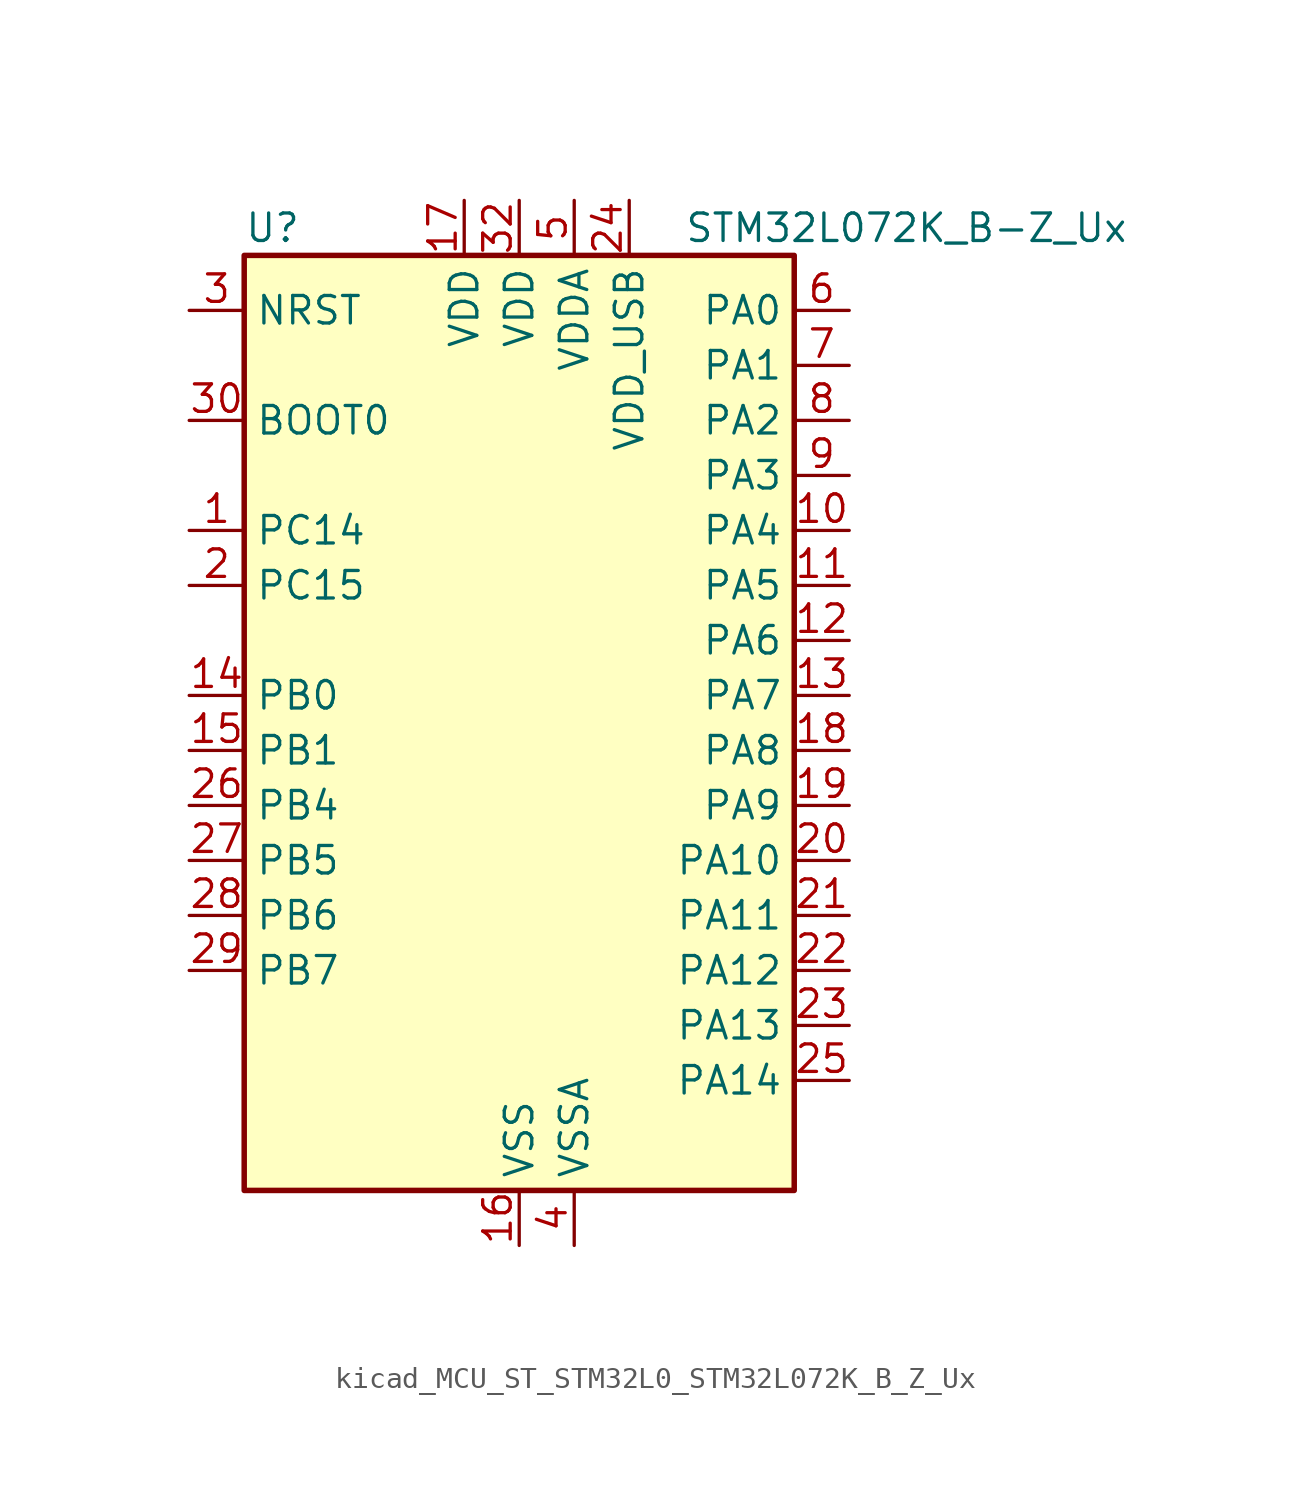
<source format=kicad_sym>
(kicad_symbol_lib
  (version 20220914)
  (generator kicad_symbol_editor)
  (symbol "kicad_MCU_ST_STM32L0_STM32L072K_B_Z_Ux"
    (property "Reference" "U"
      (at -12.7 24.13 0)
      (effects (font (size 1.27 1.27)) (justify left)))
    (property "Value" "STM32L072K_B-Z_Ux"
      (at 7.62 24.13 0)
      (effects (font (size 1.27 1.27)) (justify left)))
    (property "ki_locked" ""
      (at 0 0 0)
      (effects (font (size 1.27 1.27))))
    (symbol "kicad_MCU_ST_STM32L0_STM32L072K_B_Z_Ux_0_1"
      (rectangle (start -12.7 -20.32) (end 12.7 22.86) (stroke (width 0.254) (type default)) (fill (type background))))
    (symbol "kicad_MCU_ST_STM32L0_STM32L072K_B_Z_Ux_1_1"
      (pin bidirectional line (at -15.24 10.16 0) (length 2.54) (name "PC14" (effects (font (size 1.27 1.27)))) (number "1" (effects (font (size 1.27 1.27)))) (alternate "RCC_OSC32_IN" bidirectional line))
      (pin bidirectional line (at 15.24 10.16 180) (length 2.54) (name "PA4" (effects (font (size 1.27 1.27)))) (number "10" (effects (font (size 1.27 1.27)))) (alternate "ADC_IN4" bidirectional line) (alternate "COMP1_INM" bidirectional line) (alternate "COMP2_INM" bidirectional line) (alternate "DAC_OUT1" bidirectional line) (alternate "SPI1_NSS" bidirectional line) (alternate "TIM22_ETR" bidirectional line) (alternate "TSC_G2_IO1" bidirectional line) (alternate "USART2_CK" bidirectional line))
      (pin bidirectional line (at 15.24 7.62 180) (length 2.54) (name "PA5" (effects (font (size 1.27 1.27)))) (number "11" (effects (font (size 1.27 1.27)))) (alternate "ADC_IN5" bidirectional line) (alternate "COMP1_INM" bidirectional line) (alternate "COMP2_INM" bidirectional line) (alternate "DAC_OUT2" bidirectional line) (alternate "SPI1_SCK" bidirectional line) (alternate "TIM2_CH1" bidirectional line) (alternate "TIM2_ETR" bidirectional line) (alternate "TSC_G2_IO2" bidirectional line))
      (pin bidirectional line (at 15.24 5.08 180) (length 2.54) (name "PA6" (effects (font (size 1.27 1.27)))) (number "12" (effects (font (size 1.27 1.27)))) (alternate "ADC_IN6" bidirectional line) (alternate "COMP1_OUT" bidirectional line) (alternate "LPUART1_CTS" bidirectional line) (alternate "SPI1_MISO" bidirectional line) (alternate "TIM22_CH1" bidirectional line) (alternate "TIM3_CH1" bidirectional line) (alternate "TSC_G2_IO3" bidirectional line))
      (pin bidirectional line (at 15.24 2.54 180) (length 2.54) (name "PA7" (effects (font (size 1.27 1.27)))) (number "13" (effects (font (size 1.27 1.27)))) (alternate "ADC_IN7" bidirectional line) (alternate "COMP2_OUT" bidirectional line) (alternate "SPI1_MOSI" bidirectional line) (alternate "TIM22_CH2" bidirectional line) (alternate "TIM3_CH2" bidirectional line) (alternate "TSC_G2_IO4" bidirectional line))
      (pin bidirectional line (at -15.24 2.54 0) (length 2.54) (name "PB0" (effects (font (size 1.27 1.27)))) (number "14" (effects (font (size 1.27 1.27)))) (alternate "ADC_IN8" bidirectional line) (alternate "SYS_VREF_OUT_PB0" bidirectional line) (alternate "TIM3_CH3" bidirectional line) (alternate "TSC_G3_IO2" bidirectional line))
      (pin bidirectional line (at -15.24 0 0) (length 2.54) (name "PB1" (effects (font (size 1.27 1.27)))) (number "15" (effects (font (size 1.27 1.27)))) (alternate "ADC_IN9" bidirectional line) (alternate "LPUART1_DE" bidirectional line) (alternate "LPUART1_RTS" bidirectional line) (alternate "SYS_VREF_OUT_PB1" bidirectional line) (alternate "TIM3_CH4" bidirectional line) (alternate "TSC_G3_IO3" bidirectional line))
      (pin power_in line (at 0 -22.86 90) (length 2.54) (name "VSS" (effects (font (size 1.27 1.27)))) (number "16" (effects (font (size 1.27 1.27)))))
      (pin power_in line (at -2.54 25.4 270) (length 2.54) (name "VDD" (effects (font (size 1.27 1.27)))) (number "17" (effects (font (size 1.27 1.27)))))
      (pin bidirectional line (at 15.24 0 180) (length 2.54) (name "PA8" (effects (font (size 1.27 1.27)))) (number "18" (effects (font (size 1.27 1.27)))) (alternate "CRS_SYNC" bidirectional line) (alternate "I2C3_SCL" bidirectional line) (alternate "RCC_MCO" bidirectional line) (alternate "USART1_CK" bidirectional line))
      (pin bidirectional line (at 15.24 -2.54 180) (length 2.54) (name "PA9" (effects (font (size 1.27 1.27)))) (number "19" (effects (font (size 1.27 1.27)))) (alternate "DAC_EXTI9" bidirectional line) (alternate "I2C1_SCL" bidirectional line) (alternate "I2C3_SMBA" bidirectional line) (alternate "RCC_MCO" bidirectional line) (alternate "TSC_G4_IO1" bidirectional line) (alternate "USART1_TX" bidirectional line))
      (pin bidirectional line (at -15.24 7.62 0) (length 2.54) (name "PC15" (effects (font (size 1.27 1.27)))) (number "2" (effects (font (size 1.27 1.27)))) (alternate "RCC_OSC32_OUT" bidirectional line))
      (pin bidirectional line (at 15.24 -5.08 180) (length 2.54) (name "PA10" (effects (font (size 1.27 1.27)))) (number "20" (effects (font (size 1.27 1.27)))) (alternate "I2C1_SDA" bidirectional line) (alternate "TSC_G4_IO2" bidirectional line) (alternate "USART1_RX" bidirectional line))
      (pin bidirectional line (at 15.24 -7.62 180) (length 2.54) (name "PA11" (effects (font (size 1.27 1.27)))) (number "21" (effects (font (size 1.27 1.27)))) (alternate "ADC_EXTI11" bidirectional line) (alternate "COMP1_OUT" bidirectional line) (alternate "SPI1_MISO" bidirectional line) (alternate "TSC_G4_IO3" bidirectional line) (alternate "USART1_CTS" bidirectional line) (alternate "USB_DM" bidirectional line))
      (pin bidirectional line (at 15.24 -10.16 180) (length 2.54) (name "PA12" (effects (font (size 1.27 1.27)))) (number "22" (effects (font (size 1.27 1.27)))) (alternate "COMP2_OUT" bidirectional line) (alternate "SPI1_MOSI" bidirectional line) (alternate "TSC_G4_IO4" bidirectional line) (alternate "USART1_DE" bidirectional line) (alternate "USART1_RTS" bidirectional line) (alternate "USB_DP" bidirectional line))
      (pin bidirectional line (at 15.24 -12.7 180) (length 2.54) (name "PA13" (effects (font (size 1.27 1.27)))) (number "23" (effects (font (size 1.27 1.27)))) (alternate "LPUART1_RX" bidirectional line) (alternate "SYS_SWDIO" bidirectional line) (alternate "USB_NOE" bidirectional line))
      (pin power_in line (at 5.08 25.4 270) (length 2.54) (name "VDD_USB" (effects (font (size 1.27 1.27)))) (number "24" (effects (font (size 1.27 1.27)))))
      (pin bidirectional line (at 15.24 -15.24 180) (length 2.54) (name "PA14" (effects (font (size 1.27 1.27)))) (number "25" (effects (font (size 1.27 1.27)))) (alternate "LPUART1_TX" bidirectional line) (alternate "SYS_SWCLK" bidirectional line) (alternate "USART2_TX" bidirectional line))
      (pin bidirectional line (at -15.24 -2.54 0) (length 2.54) (name "PB4" (effects (font (size 1.27 1.27)))) (number "26" (effects (font (size 1.27 1.27)))) (alternate "COMP2_INP" bidirectional line) (alternate "I2C3_SDA" bidirectional line) (alternate "SPI1_MISO" bidirectional line) (alternate "TIM22_CH1" bidirectional line) (alternate "TIM3_CH1" bidirectional line) (alternate "TSC_G5_IO2" bidirectional line) (alternate "USART1_CTS" bidirectional line))
      (pin bidirectional line (at -15.24 -5.08 0) (length 2.54) (name "PB5" (effects (font (size 1.27 1.27)))) (number "27" (effects (font (size 1.27 1.27)))) (alternate "COMP2_INP" bidirectional line) (alternate "I2C1_SMBA" bidirectional line) (alternate "LPTIM1_IN1" bidirectional line) (alternate "SPI1_MOSI" bidirectional line) (alternate "TIM22_CH2" bidirectional line) (alternate "TIM3_CH2" bidirectional line) (alternate "USART1_CK" bidirectional line))
      (pin bidirectional line (at -15.24 -7.62 0) (length 2.54) (name "PB6" (effects (font (size 1.27 1.27)))) (number "28" (effects (font (size 1.27 1.27)))) (alternate "COMP2_INP" bidirectional line) (alternate "I2C1_SCL" bidirectional line) (alternate "LPTIM1_ETR" bidirectional line) (alternate "TSC_G5_IO3" bidirectional line) (alternate "USART1_TX" bidirectional line))
      (pin bidirectional line (at -15.24 -10.16 0) (length 2.54) (name "PB7" (effects (font (size 1.27 1.27)))) (number "29" (effects (font (size 1.27 1.27)))) (alternate "COMP2_INP" bidirectional line) (alternate "I2C1_SDA" bidirectional line) (alternate "LPTIM1_IN2" bidirectional line) (alternate "SYS_PVD_IN" bidirectional line) (alternate "TSC_G5_IO4" bidirectional line) (alternate "USART1_RX" bidirectional line) (alternate "USART4_CTS" bidirectional line))
      (pin input line (at -15.24 20.32 0) (length 2.54) (name "NRST" (effects (font (size 1.27 1.27)))) (number "3" (effects (font (size 1.27 1.27)))))
      (pin input line (at -15.24 15.24 0) (length 2.54) (name "BOOT0" (effects (font (size 1.27 1.27)))) (number "30" (effects (font (size 1.27 1.27)))))
      (pin passive line (at 0 -22.86 90) (length 2.54) hide (name "VSS" (effects (font (size 1.27 1.27)))) (number "31" (effects (font (size 1.27 1.27)))))
      (pin power_in line (at 0 25.4 270) (length 2.54) (name "VDD" (effects (font (size 1.27 1.27)))) (number "32" (effects (font (size 1.27 1.27)))))
      (pin passive line (at 0 -22.86 90) (length 2.54) hide (name "VSS" (effects (font (size 1.27 1.27)))) (number "33" (effects (font (size 1.27 1.27)))))
      (pin power_in line (at 2.54 -22.86 90) (length 2.54) (name "VSSA" (effects (font (size 1.27 1.27)))) (number "4" (effects (font (size 1.27 1.27)))))
      (pin power_in line (at 2.54 25.4 270) (length 2.54) (name "VDDA" (effects (font (size 1.27 1.27)))) (number "5" (effects (font (size 1.27 1.27)))))
      (pin bidirectional line (at 15.24 20.32 180) (length 2.54) (name "PA0" (effects (font (size 1.27 1.27)))) (number "6" (effects (font (size 1.27 1.27)))) (alternate "ADC_IN0" bidirectional line) (alternate "COMP1_INM" bidirectional line) (alternate "COMP1_OUT" bidirectional line) (alternate "RTC_TAMP2" bidirectional line) (alternate "SYS_WKUP1" bidirectional line) (alternate "TIM2_CH1" bidirectional line) (alternate "TIM2_ETR" bidirectional line) (alternate "TSC_G1_IO1" bidirectional line) (alternate "USART2_CTS" bidirectional line) (alternate "USART4_TX" bidirectional line))
      (pin bidirectional line (at 15.24 17.78 180) (length 2.54) (name "PA1" (effects (font (size 1.27 1.27)))) (number "7" (effects (font (size 1.27 1.27)))) (alternate "ADC_IN1" bidirectional line) (alternate "COMP1_INP" bidirectional line) (alternate "TIM21_ETR" bidirectional line) (alternate "TIM2_CH2" bidirectional line) (alternate "TSC_G1_IO2" bidirectional line) (alternate "USART2_DE" bidirectional line) (alternate "USART2_RTS" bidirectional line) (alternate "USART4_RX" bidirectional line))
      (pin bidirectional line (at 15.24 15.24 180) (length 2.54) (name "PA2" (effects (font (size 1.27 1.27)))) (number "8" (effects (font (size 1.27 1.27)))) (alternate "ADC_IN2" bidirectional line) (alternate "COMP2_INM" bidirectional line) (alternate "COMP2_OUT" bidirectional line) (alternate "LPUART1_TX" bidirectional line) (alternate "TIM21_CH1" bidirectional line) (alternate "TIM2_CH3" bidirectional line) (alternate "TSC_G1_IO3" bidirectional line) (alternate "USART2_TX" bidirectional line))
      (pin bidirectional line (at 15.24 12.7 180) (length 2.54) (name "PA3" (effects (font (size 1.27 1.27)))) (number "9" (effects (font (size 1.27 1.27)))) (alternate "ADC_IN3" bidirectional line) (alternate "COMP2_INP" bidirectional line) (alternate "LPUART1_RX" bidirectional line) (alternate "TIM21_CH2" bidirectional line) (alternate "TIM2_CH4" bidirectional line) (alternate "TSC_G1_IO4" bidirectional line) (alternate "USART2_RX" bidirectional line)))))
</source>
